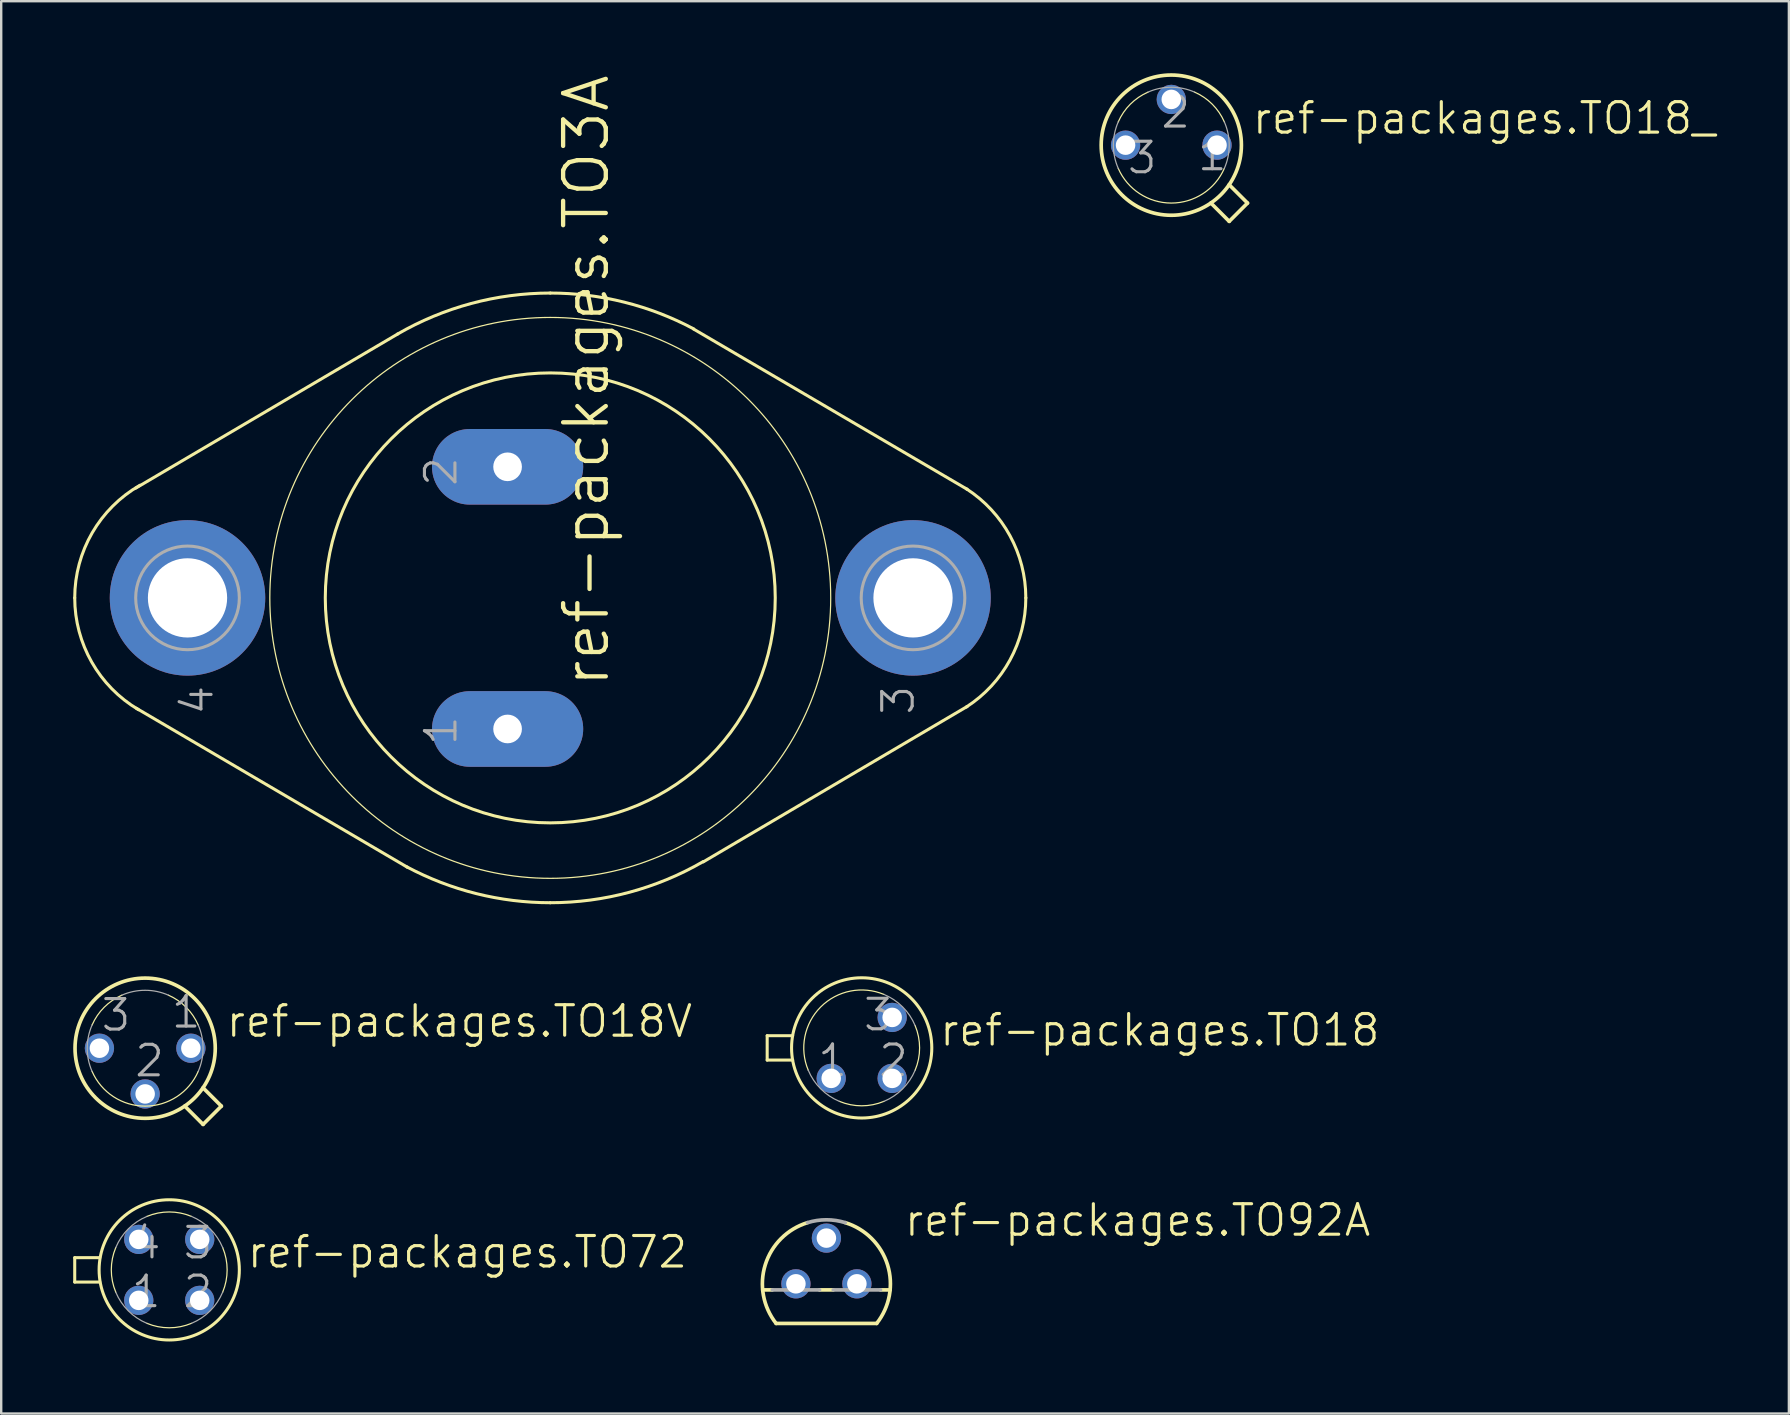
<source format=kicad_pcb>
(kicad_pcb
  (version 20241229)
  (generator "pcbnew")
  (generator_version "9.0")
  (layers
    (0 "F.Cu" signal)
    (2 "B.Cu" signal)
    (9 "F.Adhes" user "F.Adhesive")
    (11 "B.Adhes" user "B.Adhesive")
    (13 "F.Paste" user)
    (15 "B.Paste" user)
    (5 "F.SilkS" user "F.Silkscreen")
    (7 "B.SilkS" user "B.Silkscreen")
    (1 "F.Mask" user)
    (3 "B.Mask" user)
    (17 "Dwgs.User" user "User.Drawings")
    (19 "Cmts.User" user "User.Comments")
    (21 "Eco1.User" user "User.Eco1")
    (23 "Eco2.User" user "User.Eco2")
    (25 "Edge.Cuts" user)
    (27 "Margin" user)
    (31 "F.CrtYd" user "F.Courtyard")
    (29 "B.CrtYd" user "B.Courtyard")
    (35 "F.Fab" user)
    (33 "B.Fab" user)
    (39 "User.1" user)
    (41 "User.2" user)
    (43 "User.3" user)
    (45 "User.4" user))
  (footprint "ref-packages.TO18_"
    (layer "F.Cu")
    (at 45.748 2.997)
    (property "Reference" "ref-packages.TO18_" (at 3.302 -0.381 0) (layer "F.SilkS") (effects (font (size 1.27 1.27) (thickness 0.13)) (justify left bottom)))
    (attr through_hole)
    (fp_line (start 1.649 2.411) (end 2.413 3.175) (stroke (width 0.152) (type default)) (layer "F.SilkS"))
    (fp_line (start 2.411 1.649) (end 3.175 2.413) (stroke (width 0.152) (type default)) (layer "F.SilkS"))
    (fp_line (start 2.413 3.175) (end 3.175 2.413) (stroke (width 0.152) (type default)) (layer "F.SilkS"))
    (fp_arc (start -2.2098 -0.9692) (mid -1.706248 -1.706248) (end -0.9692 -2.2098) (stroke (width 0.0508) (type default)) (layer "F.SilkS"))
    (fp_arc (start 0.9692 -2.2098) (mid 1.706248 -1.706248) (end 2.2098 -0.9692) (stroke (width 0.0508) (type default)) (layer "F.SilkS"))
    (fp_arc (start 2.2098 0.9692) (mid 0 2.412999) (end -2.2098 0.9692) (stroke (width 0.0508) (type default)) (layer "F.SilkS"))
    (fp_circle (center 0 0) (end 2.921 0) (stroke (width 0.152) (type default)) (fill no) (layer "F.SilkS"))
    (fp_arc (start -2.2098 0.9692) (mid -2.412999 0) (end -2.2098 -0.9692) (stroke (width 0.0508) (type default)) (layer "F.Fab"))
    (fp_arc (start -0.9692 -2.2098) (mid 0 -2.412999) (end 0.9692 -2.2098) (stroke (width 0.0508) (type default)) (layer "F.Fab"))
    (fp_arc (start 2.2098 -0.9692) (mid 2.412999 0) (end 2.2098 0.9692) (stroke (width 0.0508) (type default)) (layer "F.Fab"))
    (fp_text user "2" (at -0.508 -0.635 0) (layer "F.Fab") (effects (font (size 1.27 1.27) (thickness 0.13)) (justify left bottom)))
    (fp_text user "1" (at 1.016 1.143 0) (layer "F.Fab") (effects (font (size 1.27 1.27) (thickness 0.13)) (justify left bottom)))
    (fp_text user "3" (at -1.905 1.27 0) (layer "F.Fab") (effects (font (size 1.27 1.27) (thickness 0.13)) (justify left bottom)))
    (pad "1" thru_hole circle (at 1.905 0) (size 1.219 1.219) (drill 0.813) (layers "*.Cu" "*.Mask"))
    (pad "2" thru_hole circle (at 0 -1.905) (size 1.219 1.219) (drill 0.813) (layers "*.Cu" "*.Mask"))
    (pad "3" thru_hole circle (at -1.905 0) (size 1.219 1.219) (drill 0.813) (layers "*.Cu" "*.Mask")))
  (footprint "ref-packages.TO72"
    (layer "F.Cu")
    (at 4 49.855)
    (property "Reference" "ref-packages.TO72" (at 3.175 0 0) (layer "F.SilkS") (effects (font (size 1.27 1.27) (thickness 0.13)) (justify left bottom)))
    (attr through_hole)
    (fp_line (start -3.937 -0.508) (end -2.896 -0.508) (stroke (width 0.127) (type default)) (layer "F.SilkS"))
    (fp_line (start -3.937 0.508) (end -3.937 -0.508) (stroke (width 0.127) (type default)) (layer "F.SilkS"))
    (fp_line (start -2.896 0.508) (end -3.937 0.508) (stroke (width 0.127) (type default)) (layer "F.SilkS"))
    (fp_arc (start -2.227 0.9289) (mid -2.412962 0) (end -2.227 -0.9289) (stroke (width 0.0508) (type default)) (layer "F.SilkS"))
    (fp_arc (start -0.9289 -2.227) (mid 0 -2.412962) (end 0.9289 -2.227) (stroke (width 0.0508) (type default)) (layer "F.SilkS"))
    (fp_arc (start 0.9289 2.227) (mid 0 2.412962) (end -0.9289 2.227) (stroke (width 0.0508) (type default)) (layer "F.SilkS"))
    (fp_arc (start 2.227 -0.9289) (mid 2.412962 0) (end 2.227 0.9289) (stroke (width 0.0508) (type default)) (layer "F.SilkS"))
    (fp_circle (center 0 0) (end 2.921 0) (stroke (width 0.127) (type default)) (fill no) (layer "F.SilkS"))
    (fp_arc (start -2.227 -0.9289) (mid -1.706222 -1.706222) (end -0.9289 -2.227) (stroke (width 0.0508) (type default)) (layer "F.Fab"))
    (fp_arc (start -0.9289 2.227) (mid -1.706222 1.706222) (end -2.227 0.9289) (stroke (width 0.0508) (type default)) (layer "F.Fab"))
    (fp_arc (start 0.9289 -2.227) (mid 1.706222 -1.706222) (end 2.227 -0.9289) (stroke (width 0.0508) (type default)) (layer "F.Fab"))
    (fp_arc (start 2.227 0.9289) (mid 1.706222 1.706222) (end 0.9289 2.227) (stroke (width 0.0508) (type default)) (layer "F.Fab"))
    (fp_text user "4" (at -1.651 -0.381 0) (layer "F.Fab") (effects (font (size 1.27 1.27) (thickness 0.13)) (justify left bottom)))
    (fp_text user "1" (at -1.651 1.651 0) (layer "F.Fab") (effects (font (size 1.27 1.27) (thickness 0.13)) (justify left bottom)))
    (fp_text user "2" (at 0.508 1.651 0) (layer "F.Fab") (effects (font (size 1.27 1.27) (thickness 0.13)) (justify left bottom)))
    (fp_text user "3" (at 0.508 -0.381 0) (layer "F.Fab") (effects (font (size 1.27 1.27) (thickness 0.13)) (justify left bottom)))
    (pad "1" thru_hole circle (at -1.27 1.27) (size 1.219 1.219) (drill 0.813) (layers "*.Cu" "*.Mask"))
    (pad "2" thru_hole circle (at 1.27 1.27) (size 1.219 1.219) (drill 0.813) (layers "*.Cu" "*.Mask"))
    (pad "3" thru_hole circle (at 1.27 -1.27) (size 1.219 1.219) (drill 0.813) (layers "*.Cu" "*.Mask"))
    (pad "4" thru_hole circle (at -1.27 -1.27) (size 1.219 1.219) (drill 0.813) (layers "*.Cu" "*.Mask")))
  (footprint "ref-packages.TO18V"
    (layer "F.Cu")
    (at 2.997 40.62)
    (property "Reference" "ref-packages.TO18V" (at 3.302 -0.381 0) (layer "F.SilkS") (effects (font (size 1.27 1.27) (thickness 0.13)) (justify left bottom)))
    (attr through_hole)
    (fp_line (start 1.649 2.411) (end 2.413 3.175) (stroke (width 0.152) (type default)) (layer "F.SilkS"))
    (fp_line (start 2.411 1.649) (end 3.175 2.413) (stroke (width 0.152) (type default)) (layer "F.SilkS"))
    (fp_line (start 2.413 3.175) (end 3.175 2.413) (stroke (width 0.152) (type default)) (layer "F.SilkS"))
    (fp_arc (start -2.2098 -0.9693) (mid -1.706276 -1.706276) (end -0.9693 -2.2098) (stroke (width 0.0508) (type default)) (layer "F.SilkS"))
    (fp_arc (start 0.9693 -2.2098) (mid 1.706276 -1.706276) (end 2.2098 -0.9693) (stroke (width 0.0508) (type default)) (layer "F.SilkS"))
    (fp_arc (start 2.2098 0.9693) (mid 0 2.413039) (end -2.2098 0.9693) (stroke (width 0.0508) (type default)) (layer "F.SilkS"))
    (fp_circle (center 0 0) (end 2.921 0) (stroke (width 0.152) (type default)) (fill no) (layer "F.SilkS"))
    (fp_arc (start -2.2098 0.9693) (mid -2.413039 0) (end -2.2098 -0.9693) (stroke (width 0.0508) (type default)) (layer "F.Fab"))
    (fp_arc (start -0.9693 -2.2098) (mid 0 -2.413039) (end 0.9693 -2.2098) (stroke (width 0.0508) (type default)) (layer "F.Fab"))
    (fp_arc (start 2.2098 -0.9693) (mid 2.413039 0) (end 2.2098 0.9693) (stroke (width 0.0508) (type default)) (layer "F.Fab"))
    (fp_text user "2" (at -0.508 1.27 0) (layer "F.Fab") (effects (font (size 1.27 1.27) (thickness 0.13)) (justify left bottom)))
    (fp_text user "1" (at 1.016 -0.762 0) (layer "F.Fab") (effects (font (size 1.27 1.27) (thickness 0.13)) (justify left bottom)))
    (fp_text user "3" (at -1.905 -0.635 0) (layer "F.Fab") (effects (font (size 1.27 1.27) (thickness 0.13)) (justify left bottom)))
    (pad "1" thru_hole circle (at 1.905 0) (size 1.219 1.219) (drill 0.813) (layers "*.Cu" "*.Mask"))
    (pad "2" thru_hole circle (at 0 1.905) (size 1.219 1.219) (drill 0.813) (layers "*.Cu" "*.Mask"))
    (pad "3" thru_hole circle (at -1.905 0) (size 1.219 1.219) (drill 0.813) (layers "*.Cu" "*.Mask")))
  (footprint "ref-packages.TO92A"
    (layer "F.Cu")
    (at 31.379 50.436)
    (property "Reference" "ref-packages.TO92A" (at 3.175 -1.905 0) (layer "F.SilkS") (effects (font (size 1.27 1.27) (thickness 0.13)) (justify left bottom)))
    (attr through_hole)
    (fp_line (start -2.655 0.254) (end -2.254 0.254) (stroke (width 0.152) (type default)) (layer "F.SilkS"))
    (fp_line (start -2.095 1.651) (end 2.095 1.651) (stroke (width 0.152) (type default)) (layer "F.SilkS"))
    (fp_line (start -0.286 0.254) (end 0.286 0.254) (stroke (width 0.152) (type default)) (layer "F.SilkS"))
    (fp_line (start 2.254 0.254) (end 2.655 0.254) (stroke (width 0.152) (type default)) (layer "F.SilkS"))
    (fp_arc (start -2.0946 1.651) (mid -2.54634 -0.793276) (end -0.7863 -2.5485) (stroke (width 0.1524) (type default)) (layer "F.SilkS"))
    (fp_arc (start 0.7868 -2.5484) (mid 2.54677 -0.793201) (end 2.095 1.651) (stroke (width 0.1524) (type default)) (layer "F.SilkS"))
    (fp_line (start -2.254 0.254) (end -0.286 0.254) (stroke (width 0.152) (type default)) (layer "F.Fab"))
    (fp_line (start 0.286 0.254) (end 2.254 0.254) (stroke (width 0.152) (type default)) (layer "F.Fab"))
    (fp_arc (start -0.7863 -2.5485) (mid 0 -2.667043) (end 0.7863 -2.5485) (stroke (width 0.1524) (type default)) (layer "F.Fab"))
    (pad "B" thru_hole circle (at 0 -1.905) (size 1.219 1.219) (drill 0.813) (layers "*.Cu" "*.Mask"))
    (pad "C" thru_hole circle (at -1.27 0) (size 1.219 1.219) (drill 0.813) (layers "*.Cu" "*.Mask"))
    (pad "E" thru_hole circle (at 1.27 0) (size 1.219 1.219) (drill 0.813) (layers "*.Cu" "*.Mask")))
  (footprint "ref-packages.TO3A"
    (layer "F.Cu")
    (at 19.875 21.859)
    (property "Reference" "ref-packages.TO3A" (at 2.54 3.81 90) (layer "F.SilkS") (effects (font (size 1.778 1.778) (thickness 0.18)) (justify left bottom)))
    (attr through_hole)
    (fp_line (start -6.35 -10.998) (end -17.272 -4.572) (stroke (width 0.127) (type default)) (layer "F.SilkS"))
    (fp_line (start -5.944 11.227) (end -17.247 4.597) (stroke (width 0.127) (type default)) (layer "F.SilkS"))
    (fp_line (start 5.969 -11.201) (end 17.374 -4.521) (stroke (width 0.127) (type default)) (layer "F.SilkS"))
    (fp_line (start 6.375 10.998) (end 17.374 4.521) (stroke (width 0.127) (type default)) (layer "F.SilkS"))
    (fp_arc (start -19.812 0) (mid -19.08306 -2.712168) (end -17.0927 -4.6935) (stroke (width 0.127) (type default)) (layer "F.SilkS"))
    (fp_arc (start -17.1555 4.657) (mid -19.101186 2.680705) (end -19.812 0) (stroke (width 0.127) (type default)) (layer "F.SilkS"))
    (fp_arc (start -6.3718 -10.9859) (mid -3.299165 -12.263989) (end 0 -12.7) (stroke (width 0.127) (type default)) (layer "F.SilkS"))
    (fp_arc (start 0 -12.7) (mid 3.080216 -12.320822) (end 5.9765 -11.2059) (stroke (width 0.127) (type default)) (layer "F.SilkS"))
    (fp_arc (start 0 12.7) (mid -3.080216 12.320822) (end -5.9765 11.2059) (stroke (width 0.127) (type default)) (layer "F.SilkS"))
    (fp_arc (start 6.3718 10.9859) (mid 3.299165 12.263989) (end 0 12.7) (stroke (width 0.127) (type default)) (layer "F.SilkS"))
    (fp_arc (start 17.3366 -4.545) (mid 19.153012 -2.587691) (end 19.812 0) (stroke (width 0.127) (type default)) (layer "F.SilkS"))
    (fp_arc (start 19.812 0) (mid 19.153012 2.587691) (end 17.3366 4.545) (stroke (width 0.127) (type default)) (layer "F.SilkS"))
    (fp_circle (center 0 0) (end 9.373 0) (stroke (width 0.127) (type default)) (fill no) (layer "F.SilkS"))
    (fp_circle (center 0 0) (end 11.684 0) (stroke (width 0.051) (type default)) (fill no) (layer "F.SilkS"))
    (fp_circle (center -15.113 0) (end -12.954 0) (stroke (width 0.127) (type default)) (fill no) (layer "F.Fab"))
    (fp_circle (center 15.113 0) (end 17.272 0) (stroke (width 0.127) (type default)) (fill no) (layer "F.Fab"))
    (fp_text user "1" (at -3.81 6.223 90) (layer "F.Fab") (effects (font (size 1.27 1.27) (thickness 0.13)) (justify left bottom)))
    (fp_text user "4" (at -13.97 4.953 90) (layer "F.Fab") (effects (font (size 1.27 1.27) (thickness 0.13)) (justify left bottom)))
    (fp_text user "3" (at 15.24 4.953 90) (layer "F.Fab") (effects (font (size 1.27 1.27) (thickness 0.13)) (justify left bottom)))
    (fp_text user "2" (at -3.81 -4.572 90) (layer "F.Fab") (effects (font (size 1.27 1.27) (thickness 0.13)) (justify left bottom)))
    (pad "1" thru_hole oval (at -1.778 5.461) (size 6.299 3.15) (drill 1.194) (layers "*.Cu" "*.Mask"))
    (pad "2" thru_hole oval (at -1.778 -5.461) (size 6.299 3.15) (drill 1.194) (layers "*.Cu" "*.Mask"))
    (pad "3" thru_hole circle (at 15.113 0) (size 6.477 6.477) (drill 3.302) (layers "*.Cu" "*.Mask"))
    (pad "4" thru_hole circle (at -15.113 0) (size 6.477 6.477) (drill 3.302) (layers "*.Cu" "*.Mask")))
  (footprint "ref-packages.TO18"
    (layer "F.Cu")
    (at 32.849 40.607)
    (property "Reference" "ref-packages.TO18" (at 3.175 0 0) (layer "F.SilkS") (effects (font (size 1.27 1.27) (thickness 0.13)) (justify left bottom)))
    (attr through_hole)
    (fp_line (start -3.937 -0.508) (end -2.877 -0.508) (stroke (width 0.127) (type default)) (layer "F.SilkS"))
    (fp_line (start -3.937 0.508) (end -3.937 -0.508) (stroke (width 0.127) (type default)) (layer "F.SilkS"))
    (fp_line (start -3.937 0.508) (end -2.877 0.508) (stroke (width 0.127) (type default)) (layer "F.SilkS"))
    (fp_arc (start -2.227 0.9289) (mid -1.706187 -1.706287) (end 0.929 -2.2271) (stroke (width 0.0508) (type default)) (layer "F.SilkS"))
    (fp_arc (start 0.9289 2.227) (mid 0 2.412962) (end -0.9289 2.227) (stroke (width 0.0508) (type default)) (layer "F.SilkS"))
    (fp_arc (start 2.227 -0.9289) (mid 2.412962 0) (end 2.227 0.9289) (stroke (width 0.0508) (type default)) (layer "F.SilkS"))
    (fp_circle (center 0 0) (end 2.921 0) (stroke (width 0.127) (type default)) (fill no) (layer "F.SilkS"))
    (fp_arc (start -0.9289 2.227) (mid -1.706222 1.706222) (end -2.227 0.9289) (stroke (width 0.0508) (type default)) (layer "F.Fab"))
    (fp_arc (start 0.9289 -2.227) (mid 1.706222 -1.706222) (end 2.227 -0.9289) (stroke (width 0.0508) (type default)) (layer "F.Fab"))
    (fp_arc (start 2.227 0.9289) (mid 1.706222 1.706222) (end 0.9289 2.227) (stroke (width 0.0508) (type default)) (layer "F.Fab"))
    (fp_text user "1" (at -1.905 1.27 0) (layer "F.Fab") (effects (font (size 1.27 1.27) (thickness 0.13)) (justify left bottom)))
    (fp_text user "2" (at 0.635 1.27 0) (layer "F.Fab") (effects (font (size 1.27 1.27) (thickness 0.13)) (justify left bottom)))
    (fp_text user "3" (at 0 -0.635 0) (layer "F.Fab") (effects (font (size 1.27 1.27) (thickness 0.13)) (justify left bottom)))
    (pad "1" thru_hole circle (at -1.27 1.27) (size 1.219 1.219) (drill 0.813) (layers "*.Cu" "*.Mask"))
    (pad "2" thru_hole circle (at 1.27 1.27) (size 1.219 1.219) (drill 0.813) (layers "*.Cu" "*.Mask"))
    (pad "3" thru_hole circle (at 1.27 -1.27) (size 1.219 1.219) (drill 0.813) (layers "*.Cu" "*.Mask")))
  (gr_rect
    (start -3 -3)
    (end 71.478 55.84)
    (stroke (width 0.1) (type default))
    (fill no)
    (layer "Edge.Cuts")))
</source>
